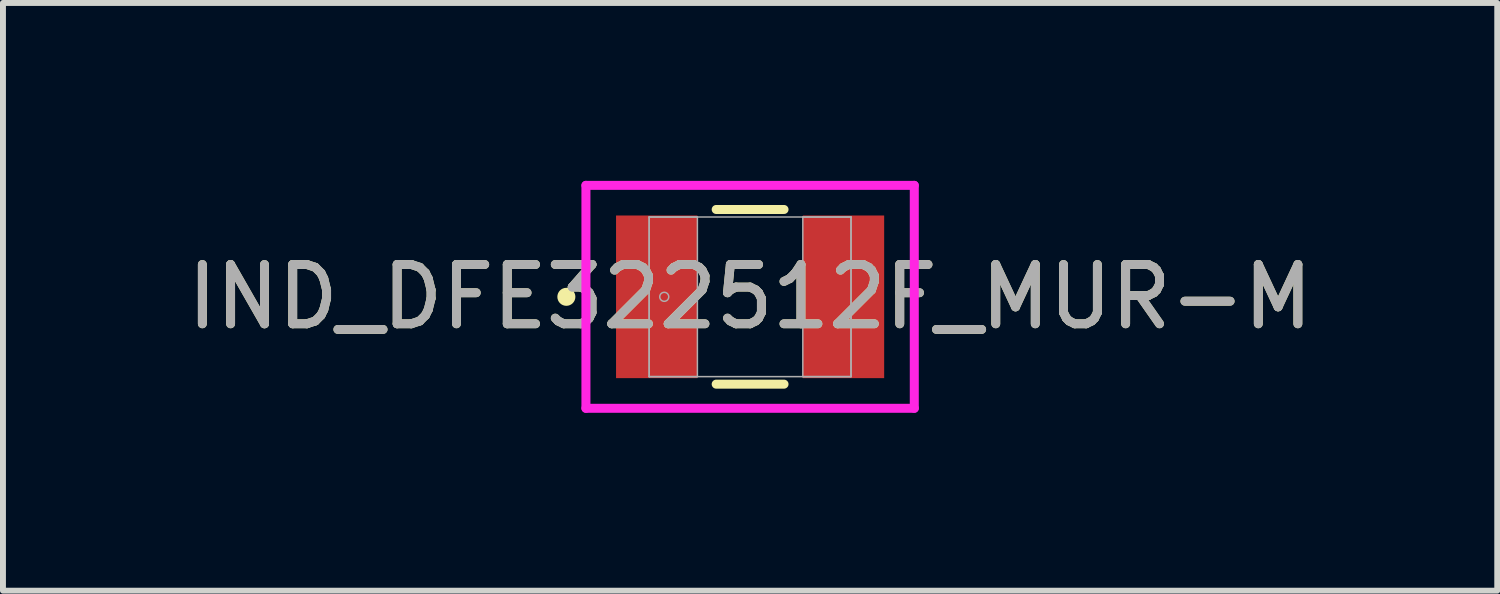
<source format=kicad_pcb>
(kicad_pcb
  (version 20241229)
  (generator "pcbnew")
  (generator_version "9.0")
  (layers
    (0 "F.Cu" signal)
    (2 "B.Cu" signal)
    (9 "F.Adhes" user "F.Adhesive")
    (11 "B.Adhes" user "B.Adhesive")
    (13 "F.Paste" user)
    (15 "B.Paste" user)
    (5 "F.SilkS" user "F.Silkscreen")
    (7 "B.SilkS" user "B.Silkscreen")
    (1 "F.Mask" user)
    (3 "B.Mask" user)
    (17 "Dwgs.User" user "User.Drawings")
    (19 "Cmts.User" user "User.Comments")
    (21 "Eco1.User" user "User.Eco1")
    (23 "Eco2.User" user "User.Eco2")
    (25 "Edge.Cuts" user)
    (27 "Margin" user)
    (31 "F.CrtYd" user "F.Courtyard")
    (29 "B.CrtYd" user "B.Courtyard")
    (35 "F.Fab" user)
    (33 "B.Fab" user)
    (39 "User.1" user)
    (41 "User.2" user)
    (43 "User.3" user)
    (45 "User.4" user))
  (footprint "IND_DFE322512F_MUR-M"
    (layer "F.Cu")
    (at 9.601 1.956)
    (property "Reference" "IND_DFE322512F_MUR-M" (at 0 0 0) (unlocked yes) (layer "F.SilkS") (effects (font (size 1 1) (thickness 0.15))))
    (attr smd)
    (fp_line (start -0.572 1.473) (end 0.572 1.473) (stroke (width 0.152) (type solid)) (layer "F.SilkS"))
    (fp_line (start 0.572 -1.473) (end -0.572 -1.473) (stroke (width 0.152) (type solid)) (layer "F.SilkS"))
    (fp_circle (center -3.099 0) (end -3.023 0) (stroke (width 0.152) (type solid)) (fill no) (layer "F.SilkS"))
    (fp_line (start -2.769 -1.88) (end 2.769 -1.88) (stroke (width 0.152) (type solid)) (layer "F.CrtYd"))
    (fp_line (start -2.769 1.88) (end -2.769 -1.88) (stroke (width 0.152) (type solid)) (layer "F.CrtYd"))
    (fp_line (start 2.769 -1.88) (end 2.769 1.88) (stroke (width 0.152) (type solid)) (layer "F.CrtYd"))
    (fp_line (start 2.769 1.88) (end -2.769 1.88) (stroke (width 0.152) (type solid)) (layer "F.CrtYd"))
    (fp_line (start -1.702 -1.346) (end -1.702 1.346) (stroke (width 0.025) (type solid)) (layer "F.Fab"))
    (fp_line (start -1.702 -1.346) (end -1.702 1.346) (stroke (width 0.025) (type solid)) (layer "F.Fab"))
    (fp_line (start -1.702 1.346) (end -0.889 1.346) (stroke (width 0.025) (type solid)) (layer "F.Fab"))
    (fp_line (start -1.702 1.346) (end 1.702 1.346) (stroke (width 0.025) (type solid)) (layer "F.Fab"))
    (fp_line (start -0.889 -1.346) (end -1.702 -1.346) (stroke (width 0.025) (type solid)) (layer "F.Fab"))
    (fp_line (start -0.889 1.346) (end -0.889 -1.346) (stroke (width 0.025) (type solid)) (layer "F.Fab"))
    (fp_line (start 0.889 -1.346) (end 0.889 1.346) (stroke (width 0.025) (type solid)) (layer "F.Fab"))
    (fp_line (start 0.889 1.346) (end 1.702 1.346) (stroke (width 0.025) (type solid)) (layer "F.Fab"))
    (fp_line (start 1.702 -1.346) (end -1.702 -1.346) (stroke (width 0.025) (type solid)) (layer "F.Fab"))
    (fp_line (start 1.702 -1.346) (end 0.889 -1.346) (stroke (width 0.025) (type solid)) (layer "F.Fab"))
    (fp_line (start 1.702 1.346) (end 1.702 -1.346) (stroke (width 0.025) (type solid)) (layer "F.Fab"))
    (fp_line (start 1.702 1.346) (end 1.702 -1.346) (stroke (width 0.025) (type solid)) (layer "F.Fab"))
    (fp_circle (center -1.448 0) (end -1.372 0) (stroke (width 0.025) (type solid)) (fill no) (layer "F.Fab"))
    (fp_text user "${REFERENCE}" (at 0 0 0) (unlocked yes) (layer "F.Fab") (effects (font (size 1 1) (thickness 0.15))))
    (pad "1" smd rect (at -1.575 0) (size 1.372 2.743) (layers "F.Cu" "F.Mask" "F.Paste"))
    (pad "2" smd rect (at 1.575 0) (size 1.372 2.743) (layers "F.Cu" "F.Mask" "F.Paste"))
    (zone (net_name "") (layer "F.Cu") (hatch full 0.508) (connect_pads) (min_thickness 0.254) (filled_areas_thickness no) (keepout (tracks not_allowed) (vias not_allowed) (pads allowed) (copperpour not_allowed) (footprints allowed)) (placement (enabled no)) (fill) (polygon (pts (xy 8.763 0.66) (xy 10.439 0.66) (xy 10.439 3.251) (xy 8.763 3.251)))))
  (gr_rect
    (start -3 -3)
    (end 22.202 6.912)
    (stroke (width 0.1) (type default))
    (fill no)
    (layer "Edge.Cuts")))
</source>
